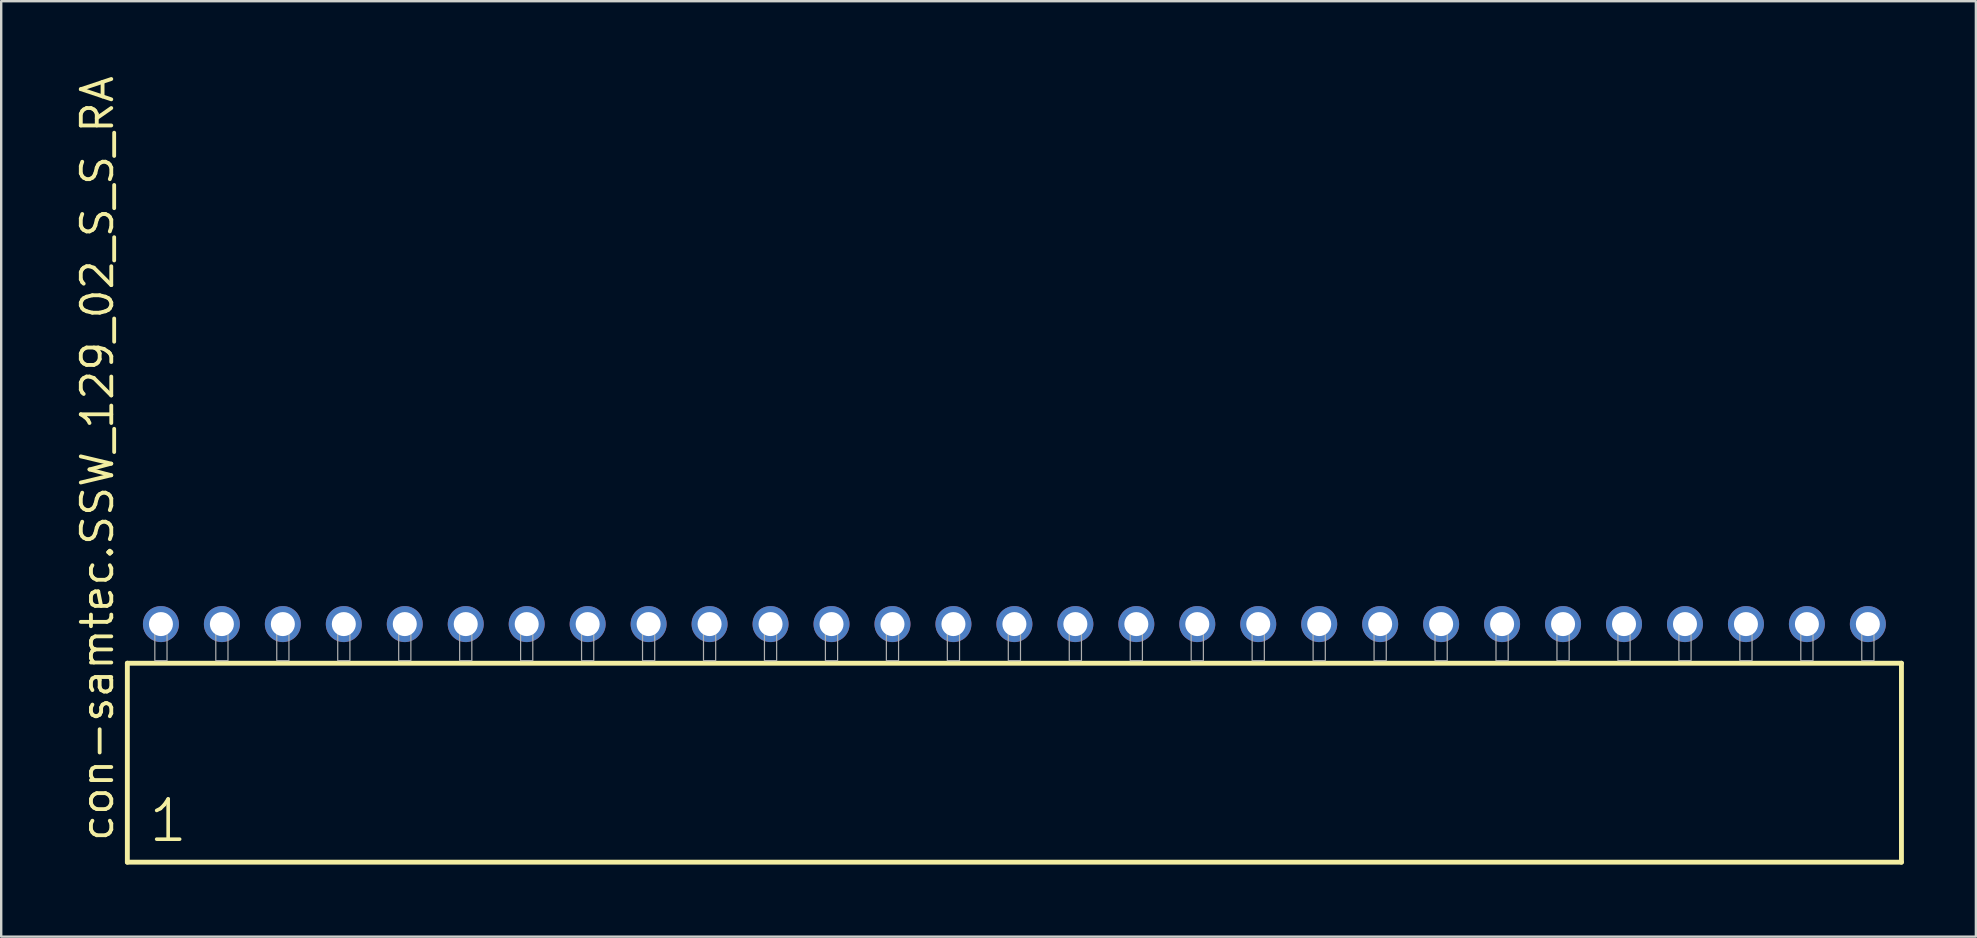
<source format=kicad_pcb>
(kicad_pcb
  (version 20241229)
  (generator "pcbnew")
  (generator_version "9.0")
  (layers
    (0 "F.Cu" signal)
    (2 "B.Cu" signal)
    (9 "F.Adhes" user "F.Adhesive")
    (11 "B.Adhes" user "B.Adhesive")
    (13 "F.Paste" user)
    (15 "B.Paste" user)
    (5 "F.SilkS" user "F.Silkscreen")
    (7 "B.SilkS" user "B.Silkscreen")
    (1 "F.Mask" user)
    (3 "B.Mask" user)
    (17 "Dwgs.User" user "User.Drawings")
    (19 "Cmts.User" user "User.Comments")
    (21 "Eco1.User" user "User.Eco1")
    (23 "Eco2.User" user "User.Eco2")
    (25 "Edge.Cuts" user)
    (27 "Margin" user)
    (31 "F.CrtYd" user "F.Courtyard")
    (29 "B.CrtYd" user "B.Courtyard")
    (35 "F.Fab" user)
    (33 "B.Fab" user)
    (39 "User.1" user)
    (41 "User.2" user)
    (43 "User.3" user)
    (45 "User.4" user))
  (footprint "con-samtec.SSW_129_02_S_S_RA"
    (layer "F.Cu")
    (at 39.215 24.477)
    (property "Reference" "con-samtec.SSW_129_02_S_S_RA" (at -37.465 7.62 90) (layer "F.SilkS") (effects (font (size 1.27 1.27) (thickness 0.16)) (justify left bottom)))
    (attr through_hole)
    (fp_line (start -36.959 0.106) (end -36.959 8.396) (stroke (width 0.203) (type default)) (layer "F.SilkS"))
    (fp_line (start -36.959 8.396) (end 36.959 8.396) (stroke (width 0.203) (type default)) (layer "F.SilkS"))
    (fp_line (start 36.959 0.106) (end -36.959 0.106) (stroke (width 0.203) (type default)) (layer "F.SilkS"))
    (fp_line (start 36.959 8.396) (end 36.959 0.106) (stroke (width 0.203) (type default)) (layer "F.SilkS"))
    (fp_rect (start -35.814 0) (end -35.306 -1.778) (stroke (width 0.05) (type default)) (fill no) (layer "F.Fab"))
    (fp_rect (start -33.274 0) (end -32.766 -1.778) (stroke (width 0.05) (type default)) (fill no) (layer "F.Fab"))
    (fp_rect (start -30.734 0) (end -30.226 -1.778) (stroke (width 0.05) (type default)) (fill no) (layer "F.Fab"))
    (fp_rect (start -28.194 0) (end -27.686 -1.778) (stroke (width 0.05) (type default)) (fill no) (layer "F.Fab"))
    (fp_rect (start -25.654 0) (end -25.146 -1.778) (stroke (width 0.05) (type default)) (fill no) (layer "F.Fab"))
    (fp_rect (start -23.114 0) (end -22.606 -1.778) (stroke (width 0.05) (type default)) (fill no) (layer "F.Fab"))
    (fp_rect (start -20.574 0) (end -20.066 -1.778) (stroke (width 0.05) (type default)) (fill no) (layer "F.Fab"))
    (fp_rect (start -18.034 0) (end -17.526 -1.778) (stroke (width 0.05) (type default)) (fill no) (layer "F.Fab"))
    (fp_rect (start -15.494 0) (end -14.986 -1.778) (stroke (width 0.05) (type default)) (fill no) (layer "F.Fab"))
    (fp_rect (start -12.954 0) (end -12.446 -1.778) (stroke (width 0.05) (type default)) (fill no) (layer "F.Fab"))
    (fp_rect (start -10.414 0) (end -9.906 -1.778) (stroke (width 0.05) (type default)) (fill no) (layer "F.Fab"))
    (fp_rect (start -7.874 0) (end -7.366 -1.778) (stroke (width 0.05) (type default)) (fill no) (layer "F.Fab"))
    (fp_rect (start -5.334 0) (end -4.826 -1.778) (stroke (width 0.05) (type default)) (fill no) (layer "F.Fab"))
    (fp_rect (start -2.794 0) (end -2.286 -1.778) (stroke (width 0.05) (type default)) (fill no) (layer "F.Fab"))
    (fp_rect (start -0.254 0) (end 0.254 -1.778) (stroke (width 0.05) (type default)) (fill no) (layer "F.Fab"))
    (fp_rect (start 2.286 0) (end 2.794 -1.778) (stroke (width 0.05) (type default)) (fill no) (layer "F.Fab"))
    (fp_rect (start 4.826 0) (end 5.334 -1.778) (stroke (width 0.05) (type default)) (fill no) (layer "F.Fab"))
    (fp_rect (start 7.366 0) (end 7.874 -1.778) (stroke (width 0.05) (type default)) (fill no) (layer "F.Fab"))
    (fp_rect (start 9.906 0) (end 10.414 -1.778) (stroke (width 0.05) (type default)) (fill no) (layer "F.Fab"))
    (fp_rect (start 12.446 0) (end 12.954 -1.778) (stroke (width 0.05) (type default)) (fill no) (layer "F.Fab"))
    (fp_rect (start 14.986 0) (end 15.494 -1.778) (stroke (width 0.05) (type default)) (fill no) (layer "F.Fab"))
    (fp_rect (start 17.526 0) (end 18.034 -1.778) (stroke (width 0.05) (type default)) (fill no) (layer "F.Fab"))
    (fp_rect (start 20.066 0) (end 20.574 -1.778) (stroke (width 0.05) (type default)) (fill no) (layer "F.Fab"))
    (fp_rect (start 22.606 0) (end 23.114 -1.778) (stroke (width 0.05) (type default)) (fill no) (layer "F.Fab"))
    (fp_rect (start 25.146 0) (end 25.654 -1.778) (stroke (width 0.05) (type default)) (fill no) (layer "F.Fab"))
    (fp_rect (start 27.686 0) (end 28.194 -1.778) (stroke (width 0.05) (type default)) (fill no) (layer "F.Fab"))
    (fp_rect (start 30.226 0) (end 30.734 -1.778) (stroke (width 0.05) (type default)) (fill no) (layer "F.Fab"))
    (fp_rect (start 32.766 0) (end 33.274 -1.778) (stroke (width 0.05) (type default)) (fill no) (layer "F.Fab"))
    (fp_rect (start 35.306 0) (end 35.814 -1.778) (stroke (width 0.05) (type default)) (fill no) (layer "F.Fab"))
    (fp_text user "1" (at -36.155 7.65 0) (layer "F.SilkS") (effects (font (size 1.676 1.676) (thickness 0.15)) (justify left bottom)))
    (pad "1" thru_hole circle (at -35.56 -1.524) (size 1.5 1.5) (drill 1) (layers "*.Cu" "*.Mask"))
    (pad "2" thru_hole circle (at -33.02 -1.524) (size 1.5 1.5) (drill 1) (layers "*.Cu" "*.Mask"))
    (pad "3" thru_hole circle (at -30.48 -1.524) (size 1.5 1.5) (drill 1) (layers "*.Cu" "*.Mask"))
    (pad "4" thru_hole circle (at -27.94 -1.524) (size 1.5 1.5) (drill 1) (layers "*.Cu" "*.Mask"))
    (pad "5" thru_hole circle (at -25.4 -1.524) (size 1.5 1.5) (drill 1) (layers "*.Cu" "*.Mask"))
    (pad "6" thru_hole circle (at -22.86 -1.524) (size 1.5 1.5) (drill 1) (layers "*.Cu" "*.Mask"))
    (pad "7" thru_hole circle (at -20.32 -1.524) (size 1.5 1.5) (drill 1) (layers "*.Cu" "*.Mask"))
    (pad "8" thru_hole circle (at -17.78 -1.524) (size 1.5 1.5) (drill 1) (layers "*.Cu" "*.Mask"))
    (pad "9" thru_hole circle (at -15.24 -1.524) (size 1.5 1.5) (drill 1) (layers "*.Cu" "*.Mask"))
    (pad "10" thru_hole circle (at -12.7 -1.524) (size 1.5 1.5) (drill 1) (layers "*.Cu" "*.Mask"))
    (pad "11" thru_hole circle (at -10.16 -1.524) (size 1.5 1.5) (drill 1) (layers "*.Cu" "*.Mask"))
    (pad "12" thru_hole circle (at -7.62 -1.524) (size 1.5 1.5) (drill 1) (layers "*.Cu" "*.Mask"))
    (pad "13" thru_hole circle (at -5.08 -1.524) (size 1.5 1.5) (drill 1) (layers "*.Cu" "*.Mask"))
    (pad "14" thru_hole circle (at -2.54 -1.524) (size 1.5 1.5) (drill 1) (layers "*.Cu" "*.Mask"))
    (pad "15" thru_hole circle (at 0 -1.524) (size 1.5 1.5) (drill 1) (layers "*.Cu" "*.Mask"))
    (pad "16" thru_hole circle (at 2.54 -1.524) (size 1.5 1.5) (drill 1) (layers "*.Cu" "*.Mask"))
    (pad "17" thru_hole circle (at 5.08 -1.524) (size 1.5 1.5) (drill 1) (layers "*.Cu" "*.Mask"))
    (pad "18" thru_hole circle (at 7.62 -1.524) (size 1.5 1.5) (drill 1) (layers "*.Cu" "*.Mask"))
    (pad "19" thru_hole circle (at 10.16 -1.524) (size 1.5 1.5) (drill 1) (layers "*.Cu" "*.Mask"))
    (pad "20" thru_hole circle (at 12.7 -1.524) (size 1.5 1.5) (drill 1) (layers "*.Cu" "*.Mask"))
    (pad "21" thru_hole circle (at 15.24 -1.524) (size 1.5 1.5) (drill 1) (layers "*.Cu" "*.Mask"))
    (pad "22" thru_hole circle (at 17.78 -1.524) (size 1.5 1.5) (drill 1) (layers "*.Cu" "*.Mask"))
    (pad "23" thru_hole circle (at 20.32 -1.524) (size 1.5 1.5) (drill 1) (layers "*.Cu" "*.Mask"))
    (pad "24" thru_hole circle (at 22.86 -1.524) (size 1.5 1.5) (drill 1) (layers "*.Cu" "*.Mask"))
    (pad "25" thru_hole circle (at 25.4 -1.524) (size 1.5 1.5) (drill 1) (layers "*.Cu" "*.Mask"))
    (pad "26" thru_hole circle (at 27.94 -1.524) (size 1.5 1.5) (drill 1) (layers "*.Cu" "*.Mask"))
    (pad "27" thru_hole circle (at 30.48 -1.524) (size 1.5 1.5) (drill 1) (layers "*.Cu" "*.Mask"))
    (pad "28" thru_hole circle (at 33.02 -1.524) (size 1.5 1.5) (drill 1) (layers "*.Cu" "*.Mask"))
    (pad "29" thru_hole circle (at 35.56 -1.524) (size 1.5 1.5) (drill 1) (layers "*.Cu" "*.Mask")))
  (gr_rect
    (start -3 -3)
    (end 79.276 35.975)
    (stroke (width 0.1) (type default))
    (fill no)
    (layer "Edge.Cuts")))
</source>
